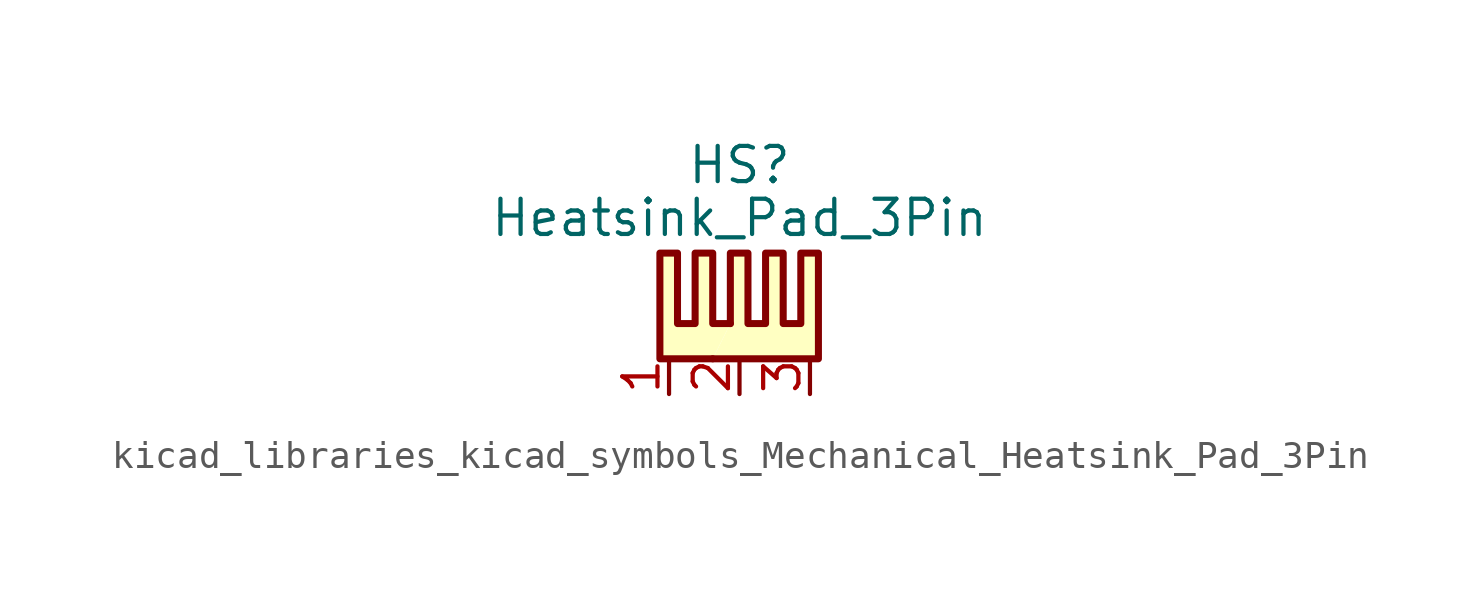
<source format=kicad_sym>
(kicad_symbol_lib
  (version 20220914)
  (generator kicad_symbol_editor)
  (symbol "kicad_libraries_kicad_symbols_Mechanical_Heatsink_Pad_3Pin"
    (pin_names
      (offset 0))
    (property "Reference" "HS"
      (at 0 5.715 0)
      (effects (font (size 1.27 1.27))))
    (property "Value" "Heatsink_Pad_3Pin"
      (at 0 3.81 0)
      (effects (font (size 1.27 1.27))))
    (symbol "kicad_libraries_kicad_symbols_Mechanical_Heatsink_Pad_3Pin_0_1"
      (polyline (pts (xy -0.33 0) (xy -0.965 0) (xy -0.965 2.54) (xy -1.6 2.54) (xy -1.6 0) (xy -2.235 0) (xy -2.235 2.54) (xy -2.87 2.54) (xy -2.87 -1.27) (xy -0.965 -1.27)) (stroke (width 0.254) (type default)) (fill (type background)))
      (polyline (pts (xy -0.33 0) (xy -0.33 2.54) (xy 0.305 2.54) (xy 0.305 0) (xy 0.94 0) (xy 0.94 2.54) (xy 1.575 2.54) (xy 1.575 0) (xy 2.21 0) (xy 2.21 2.54) (xy 2.845 2.54) (xy 2.845 -1.27) (xy -0.965 -1.27)) (stroke (width 0.254) (type default)) (fill (type background))))
    (symbol "kicad_libraries_kicad_symbols_Mechanical_Heatsink_Pad_3Pin_1_1"
      (pin passive line (at -2.54 -2.54 90) (length 1.27) (name "~" (effects (font (size 1.27 1.27)))) (number "1" (effects (font (size 1.27 1.27)))))
      (pin passive line (at 0 -2.54 90) (length 1.27) (name "~" (effects (font (size 1.27 1.27)))) (number "2" (effects (font (size 1.27 1.27)))))
      (pin passive line (at 2.54 -2.54 90) (length 1.27) (name "~" (effects (font (size 1.27 1.27)))) (number "3" (effects (font (size 1.27 1.27))))))))
</source>
